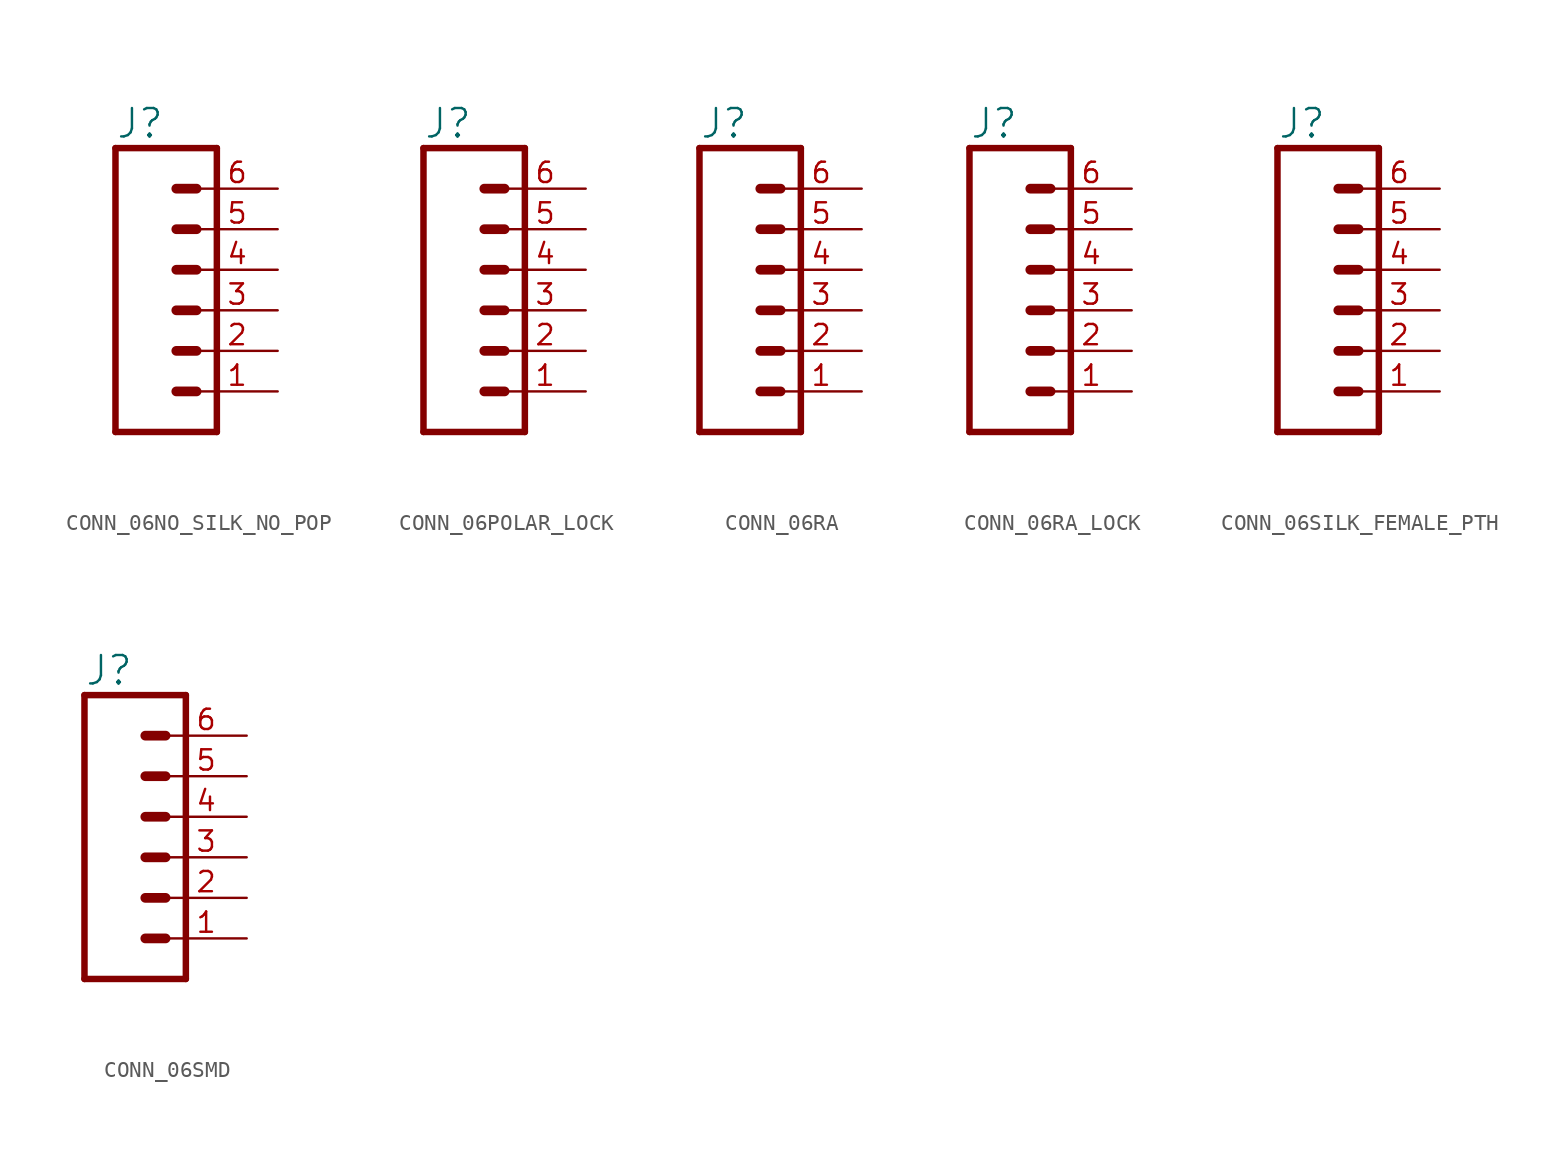
<source format=kicad_sym>
(kicad_symbol_lib
  (version 20231120)
  (generator "kicad_symbol_editor")
  (generator_version "8.0")
  (symbol "CONN_06NO_SILK_NO_POP"
    (property "Reference" "J"
      (at -5.08 10.668 0)
      (effects (font (size 1.778 1.778)) (justify left bottom)))
    (property "Value" ""
      (at -5.08 -9.906 0)
      (effects (font (size 1.778 1.778)) (justify left bottom)))
    (property "ki_locked" ""
      (at 0 0 0)
      (effects (font (size 1.27 1.27))))
    (symbol "CONN_06NO_SILK_NO_POP_1_0"
      (polyline (pts (xy -5.08 10.16) (xy -5.08 -7.62)) (stroke (width 0.406) (type solid)) (fill (type none)))
      (polyline (pts (xy -5.08 10.16) (xy 1.27 10.16)) (stroke (width 0.406) (type solid)) (fill (type none)))
      (polyline (pts (xy -1.27 -5.08) (xy 0 -5.08)) (stroke (width 0.61) (type solid)) (fill (type none)))
      (polyline (pts (xy -1.27 -2.54) (xy 0 -2.54)) (stroke (width 0.61) (type solid)) (fill (type none)))
      (polyline (pts (xy -1.27 0) (xy 0 0)) (stroke (width 0.61) (type solid)) (fill (type none)))
      (polyline (pts (xy -1.27 2.54) (xy 0 2.54)) (stroke (width 0.61) (type solid)) (fill (type none)))
      (polyline (pts (xy -1.27 5.08) (xy 0 5.08)) (stroke (width 0.61) (type solid)) (fill (type none)))
      (polyline (pts (xy -1.27 7.62) (xy 0 7.62)) (stroke (width 0.61) (type solid)) (fill (type none)))
      (polyline (pts (xy 1.27 -7.62) (xy -5.08 -7.62)) (stroke (width 0.406) (type solid)) (fill (type none)))
      (polyline (pts (xy 1.27 -7.62) (xy 1.27 10.16)) (stroke (width 0.406) (type solid)) (fill (type none)))
      (pin passive line (at 5.08 -5.08 180) (length 5.08) (name "1" (effects (font (size 0 0)))) (number "1" (effects (font (size 1.27 1.27)))))
      (pin passive line (at 5.08 -2.54 180) (length 5.08) (name "2" (effects (font (size 0 0)))) (number "2" (effects (font (size 1.27 1.27)))))
      (pin passive line (at 5.08 0 180) (length 5.08) (name "3" (effects (font (size 0 0)))) (number "3" (effects (font (size 1.27 1.27)))))
      (pin passive line (at 5.08 2.54 180) (length 5.08) (name "4" (effects (font (size 0 0)))) (number "4" (effects (font (size 1.27 1.27)))))
      (pin passive line (at 5.08 5.08 180) (length 5.08) (name "5" (effects (font (size 0 0)))) (number "5" (effects (font (size 1.27 1.27)))))
      (pin passive line (at 5.08 7.62 180) (length 5.08) (name "6" (effects (font (size 0 0)))) (number "6" (effects (font (size 1.27 1.27)))))))
  (symbol "CONN_06POLAR_LOCK"
    (property "Reference" "J"
      (at -5.08 10.668 0)
      (effects (font (size 1.778 1.778)) (justify left bottom)))
    (property "Value" ""
      (at -5.08 -9.906 0)
      (effects (font (size 1.778 1.778)) (justify left bottom)))
    (property "ki_locked" ""
      (at 0 0 0)
      (effects (font (size 1.27 1.27))))
    (symbol "CONN_06POLAR_LOCK_1_0"
      (polyline (pts (xy -5.08 10.16) (xy -5.08 -7.62)) (stroke (width 0.406) (type solid)) (fill (type none)))
      (polyline (pts (xy -5.08 10.16) (xy 1.27 10.16)) (stroke (width 0.406) (type solid)) (fill (type none)))
      (polyline (pts (xy -1.27 -5.08) (xy 0 -5.08)) (stroke (width 0.61) (type solid)) (fill (type none)))
      (polyline (pts (xy -1.27 -2.54) (xy 0 -2.54)) (stroke (width 0.61) (type solid)) (fill (type none)))
      (polyline (pts (xy -1.27 0) (xy 0 0)) (stroke (width 0.61) (type solid)) (fill (type none)))
      (polyline (pts (xy -1.27 2.54) (xy 0 2.54)) (stroke (width 0.61) (type solid)) (fill (type none)))
      (polyline (pts (xy -1.27 5.08) (xy 0 5.08)) (stroke (width 0.61) (type solid)) (fill (type none)))
      (polyline (pts (xy -1.27 7.62) (xy 0 7.62)) (stroke (width 0.61) (type solid)) (fill (type none)))
      (polyline (pts (xy 1.27 -7.62) (xy -5.08 -7.62)) (stroke (width 0.406) (type solid)) (fill (type none)))
      (polyline (pts (xy 1.27 -7.62) (xy 1.27 10.16)) (stroke (width 0.406) (type solid)) (fill (type none)))
      (pin passive line (at 5.08 -5.08 180) (length 5.08) (name "1" (effects (font (size 0 0)))) (number "1" (effects (font (size 1.27 1.27)))))
      (pin passive line (at 5.08 -2.54 180) (length 5.08) (name "2" (effects (font (size 0 0)))) (number "2" (effects (font (size 1.27 1.27)))))
      (pin passive line (at 5.08 0 180) (length 5.08) (name "3" (effects (font (size 0 0)))) (number "3" (effects (font (size 1.27 1.27)))))
      (pin passive line (at 5.08 2.54 180) (length 5.08) (name "4" (effects (font (size 0 0)))) (number "4" (effects (font (size 1.27 1.27)))))
      (pin passive line (at 5.08 5.08 180) (length 5.08) (name "5" (effects (font (size 0 0)))) (number "5" (effects (font (size 1.27 1.27)))))
      (pin passive line (at 5.08 7.62 180) (length 5.08) (name "6" (effects (font (size 0 0)))) (number "6" (effects (font (size 1.27 1.27)))))))
  (symbol "CONN_06RA"
    (property "Reference" "J"
      (at -5.08 10.668 0)
      (effects (font (size 1.778 1.778)) (justify left bottom)))
    (property "Value" ""
      (at -5.08 -9.906 0)
      (effects (font (size 1.778 1.778)) (justify left bottom)))
    (property "ki_locked" ""
      (at 0 0 0)
      (effects (font (size 1.27 1.27))))
    (symbol "CONN_06RA_1_0"
      (polyline (pts (xy -5.08 10.16) (xy -5.08 -7.62)) (stroke (width 0.406) (type solid)) (fill (type none)))
      (polyline (pts (xy -5.08 10.16) (xy 1.27 10.16)) (stroke (width 0.406) (type solid)) (fill (type none)))
      (polyline (pts (xy -1.27 -5.08) (xy 0 -5.08)) (stroke (width 0.61) (type solid)) (fill (type none)))
      (polyline (pts (xy -1.27 -2.54) (xy 0 -2.54)) (stroke (width 0.61) (type solid)) (fill (type none)))
      (polyline (pts (xy -1.27 0) (xy 0 0)) (stroke (width 0.61) (type solid)) (fill (type none)))
      (polyline (pts (xy -1.27 2.54) (xy 0 2.54)) (stroke (width 0.61) (type solid)) (fill (type none)))
      (polyline (pts (xy -1.27 5.08) (xy 0 5.08)) (stroke (width 0.61) (type solid)) (fill (type none)))
      (polyline (pts (xy -1.27 7.62) (xy 0 7.62)) (stroke (width 0.61) (type solid)) (fill (type none)))
      (polyline (pts (xy 1.27 -7.62) (xy -5.08 -7.62)) (stroke (width 0.406) (type solid)) (fill (type none)))
      (polyline (pts (xy 1.27 -7.62) (xy 1.27 10.16)) (stroke (width 0.406) (type solid)) (fill (type none)))
      (pin passive line (at 5.08 -5.08 180) (length 5.08) (name "1" (effects (font (size 0 0)))) (number "1" (effects (font (size 1.27 1.27)))))
      (pin passive line (at 5.08 -2.54 180) (length 5.08) (name "2" (effects (font (size 0 0)))) (number "2" (effects (font (size 1.27 1.27)))))
      (pin passive line (at 5.08 0 180) (length 5.08) (name "3" (effects (font (size 0 0)))) (number "3" (effects (font (size 1.27 1.27)))))
      (pin passive line (at 5.08 2.54 180) (length 5.08) (name "4" (effects (font (size 0 0)))) (number "4" (effects (font (size 1.27 1.27)))))
      (pin passive line (at 5.08 5.08 180) (length 5.08) (name "5" (effects (font (size 0 0)))) (number "5" (effects (font (size 1.27 1.27)))))
      (pin passive line (at 5.08 7.62 180) (length 5.08) (name "6" (effects (font (size 0 0)))) (number "6" (effects (font (size 1.27 1.27)))))))
  (symbol "CONN_06RA_LOCK"
    (property "Reference" "J"
      (at -5.08 10.668 0)
      (effects (font (size 1.778 1.778)) (justify left bottom)))
    (property "Value" ""
      (at -5.08 -9.906 0)
      (effects (font (size 1.778 1.778)) (justify left bottom)))
    (property "ki_locked" ""
      (at 0 0 0)
      (effects (font (size 1.27 1.27))))
    (symbol "CONN_06RA_LOCK_1_0"
      (polyline (pts (xy -5.08 10.16) (xy -5.08 -7.62)) (stroke (width 0.406) (type solid)) (fill (type none)))
      (polyline (pts (xy -5.08 10.16) (xy 1.27 10.16)) (stroke (width 0.406) (type solid)) (fill (type none)))
      (polyline (pts (xy -1.27 -5.08) (xy 0 -5.08)) (stroke (width 0.61) (type solid)) (fill (type none)))
      (polyline (pts (xy -1.27 -2.54) (xy 0 -2.54)) (stroke (width 0.61) (type solid)) (fill (type none)))
      (polyline (pts (xy -1.27 0) (xy 0 0)) (stroke (width 0.61) (type solid)) (fill (type none)))
      (polyline (pts (xy -1.27 2.54) (xy 0 2.54)) (stroke (width 0.61) (type solid)) (fill (type none)))
      (polyline (pts (xy -1.27 5.08) (xy 0 5.08)) (stroke (width 0.61) (type solid)) (fill (type none)))
      (polyline (pts (xy -1.27 7.62) (xy 0 7.62)) (stroke (width 0.61) (type solid)) (fill (type none)))
      (polyline (pts (xy 1.27 -7.62) (xy -5.08 -7.62)) (stroke (width 0.406) (type solid)) (fill (type none)))
      (polyline (pts (xy 1.27 -7.62) (xy 1.27 10.16)) (stroke (width 0.406) (type solid)) (fill (type none)))
      (pin passive line (at 5.08 -5.08 180) (length 5.08) (name "1" (effects (font (size 0 0)))) (number "1" (effects (font (size 1.27 1.27)))))
      (pin passive line (at 5.08 -2.54 180) (length 5.08) (name "2" (effects (font (size 0 0)))) (number "2" (effects (font (size 1.27 1.27)))))
      (pin passive line (at 5.08 0 180) (length 5.08) (name "3" (effects (font (size 0 0)))) (number "3" (effects (font (size 1.27 1.27)))))
      (pin passive line (at 5.08 2.54 180) (length 5.08) (name "4" (effects (font (size 0 0)))) (number "4" (effects (font (size 1.27 1.27)))))
      (pin passive line (at 5.08 5.08 180) (length 5.08) (name "5" (effects (font (size 0 0)))) (number "5" (effects (font (size 1.27 1.27)))))
      (pin passive line (at 5.08 7.62 180) (length 5.08) (name "6" (effects (font (size 0 0)))) (number "6" (effects (font (size 1.27 1.27)))))))
  (symbol "CONN_06SILK_FEMALE_PTH"
    (property "Reference" "J"
      (at -5.08 10.668 0)
      (effects (font (size 1.778 1.778)) (justify left bottom)))
    (property "Value" ""
      (at -5.08 -9.906 0)
      (effects (font (size 1.778 1.778)) (justify left bottom)))
    (property "ki_locked" ""
      (at 0 0 0)
      (effects (font (size 1.27 1.27))))
    (symbol "CONN_06SILK_FEMALE_PTH_1_0"
      (polyline (pts (xy -5.08 10.16) (xy -5.08 -7.62)) (stroke (width 0.406) (type solid)) (fill (type none)))
      (polyline (pts (xy -5.08 10.16) (xy 1.27 10.16)) (stroke (width 0.406) (type solid)) (fill (type none)))
      (polyline (pts (xy -1.27 -5.08) (xy 0 -5.08)) (stroke (width 0.61) (type solid)) (fill (type none)))
      (polyline (pts (xy -1.27 -2.54) (xy 0 -2.54)) (stroke (width 0.61) (type solid)) (fill (type none)))
      (polyline (pts (xy -1.27 0) (xy 0 0)) (stroke (width 0.61) (type solid)) (fill (type none)))
      (polyline (pts (xy -1.27 2.54) (xy 0 2.54)) (stroke (width 0.61) (type solid)) (fill (type none)))
      (polyline (pts (xy -1.27 5.08) (xy 0 5.08)) (stroke (width 0.61) (type solid)) (fill (type none)))
      (polyline (pts (xy -1.27 7.62) (xy 0 7.62)) (stroke (width 0.61) (type solid)) (fill (type none)))
      (polyline (pts (xy 1.27 -7.62) (xy -5.08 -7.62)) (stroke (width 0.406) (type solid)) (fill (type none)))
      (polyline (pts (xy 1.27 -7.62) (xy 1.27 10.16)) (stroke (width 0.406) (type solid)) (fill (type none)))
      (pin passive line (at 5.08 -5.08 180) (length 5.08) (name "1" (effects (font (size 0 0)))) (number "1" (effects (font (size 1.27 1.27)))))
      (pin passive line (at 5.08 -2.54 180) (length 5.08) (name "2" (effects (font (size 0 0)))) (number "2" (effects (font (size 1.27 1.27)))))
      (pin passive line (at 5.08 0 180) (length 5.08) (name "3" (effects (font (size 0 0)))) (number "3" (effects (font (size 1.27 1.27)))))
      (pin passive line (at 5.08 2.54 180) (length 5.08) (name "4" (effects (font (size 0 0)))) (number "4" (effects (font (size 1.27 1.27)))))
      (pin passive line (at 5.08 5.08 180) (length 5.08) (name "5" (effects (font (size 0 0)))) (number "5" (effects (font (size 1.27 1.27)))))
      (pin passive line (at 5.08 7.62 180) (length 5.08) (name "6" (effects (font (size 0 0)))) (number "6" (effects (font (size 1.27 1.27)))))))
  (symbol "CONN_06SMD"
    (property "Reference" "J"
      (at -5.08 10.668 0)
      (effects (font (size 1.778 1.778)) (justify left bottom)))
    (property "Value" ""
      (at -5.08 -9.906 0)
      (effects (font (size 1.778 1.778)) (justify left bottom)))
    (property "ki_locked" ""
      (at 0 0 0)
      (effects (font (size 1.27 1.27))))
    (symbol "CONN_06SMD_1_0"
      (polyline (pts (xy -5.08 10.16) (xy -5.08 -7.62)) (stroke (width 0.406) (type solid)) (fill (type none)))
      (polyline (pts (xy -5.08 10.16) (xy 1.27 10.16)) (stroke (width 0.406) (type solid)) (fill (type none)))
      (polyline (pts (xy -1.27 -5.08) (xy 0 -5.08)) (stroke (width 0.61) (type solid)) (fill (type none)))
      (polyline (pts (xy -1.27 -2.54) (xy 0 -2.54)) (stroke (width 0.61) (type solid)) (fill (type none)))
      (polyline (pts (xy -1.27 0) (xy 0 0)) (stroke (width 0.61) (type solid)) (fill (type none)))
      (polyline (pts (xy -1.27 2.54) (xy 0 2.54)) (stroke (width 0.61) (type solid)) (fill (type none)))
      (polyline (pts (xy -1.27 5.08) (xy 0 5.08)) (stroke (width 0.61) (type solid)) (fill (type none)))
      (polyline (pts (xy -1.27 7.62) (xy 0 7.62)) (stroke (width 0.61) (type solid)) (fill (type none)))
      (polyline (pts (xy 1.27 -7.62) (xy -5.08 -7.62)) (stroke (width 0.406) (type solid)) (fill (type none)))
      (polyline (pts (xy 1.27 -7.62) (xy 1.27 10.16)) (stroke (width 0.406) (type solid)) (fill (type none)))
      (pin passive line (at 5.08 -5.08 180) (length 5.08) (name "1" (effects (font (size 0 0)))) (number "1" (effects (font (size 1.27 1.27)))))
      (pin passive line (at 5.08 -2.54 180) (length 5.08) (name "2" (effects (font (size 0 0)))) (number "2" (effects (font (size 1.27 1.27)))))
      (pin passive line (at 5.08 0 180) (length 5.08) (name "3" (effects (font (size 0 0)))) (number "3" (effects (font (size 1.27 1.27)))))
      (pin passive line (at 5.08 2.54 180) (length 5.08) (name "4" (effects (font (size 0 0)))) (number "4" (effects (font (size 1.27 1.27)))))
      (pin passive line (at 5.08 5.08 180) (length 5.08) (name "5" (effects (font (size 0 0)))) (number "5" (effects (font (size 1.27 1.27)))))
      (pin passive line (at 5.08 7.62 180) (length 5.08) (name "6" (effects (font (size 0 0)))) (number "6" (effects (font (size 1.27 1.27))))))))
</source>
